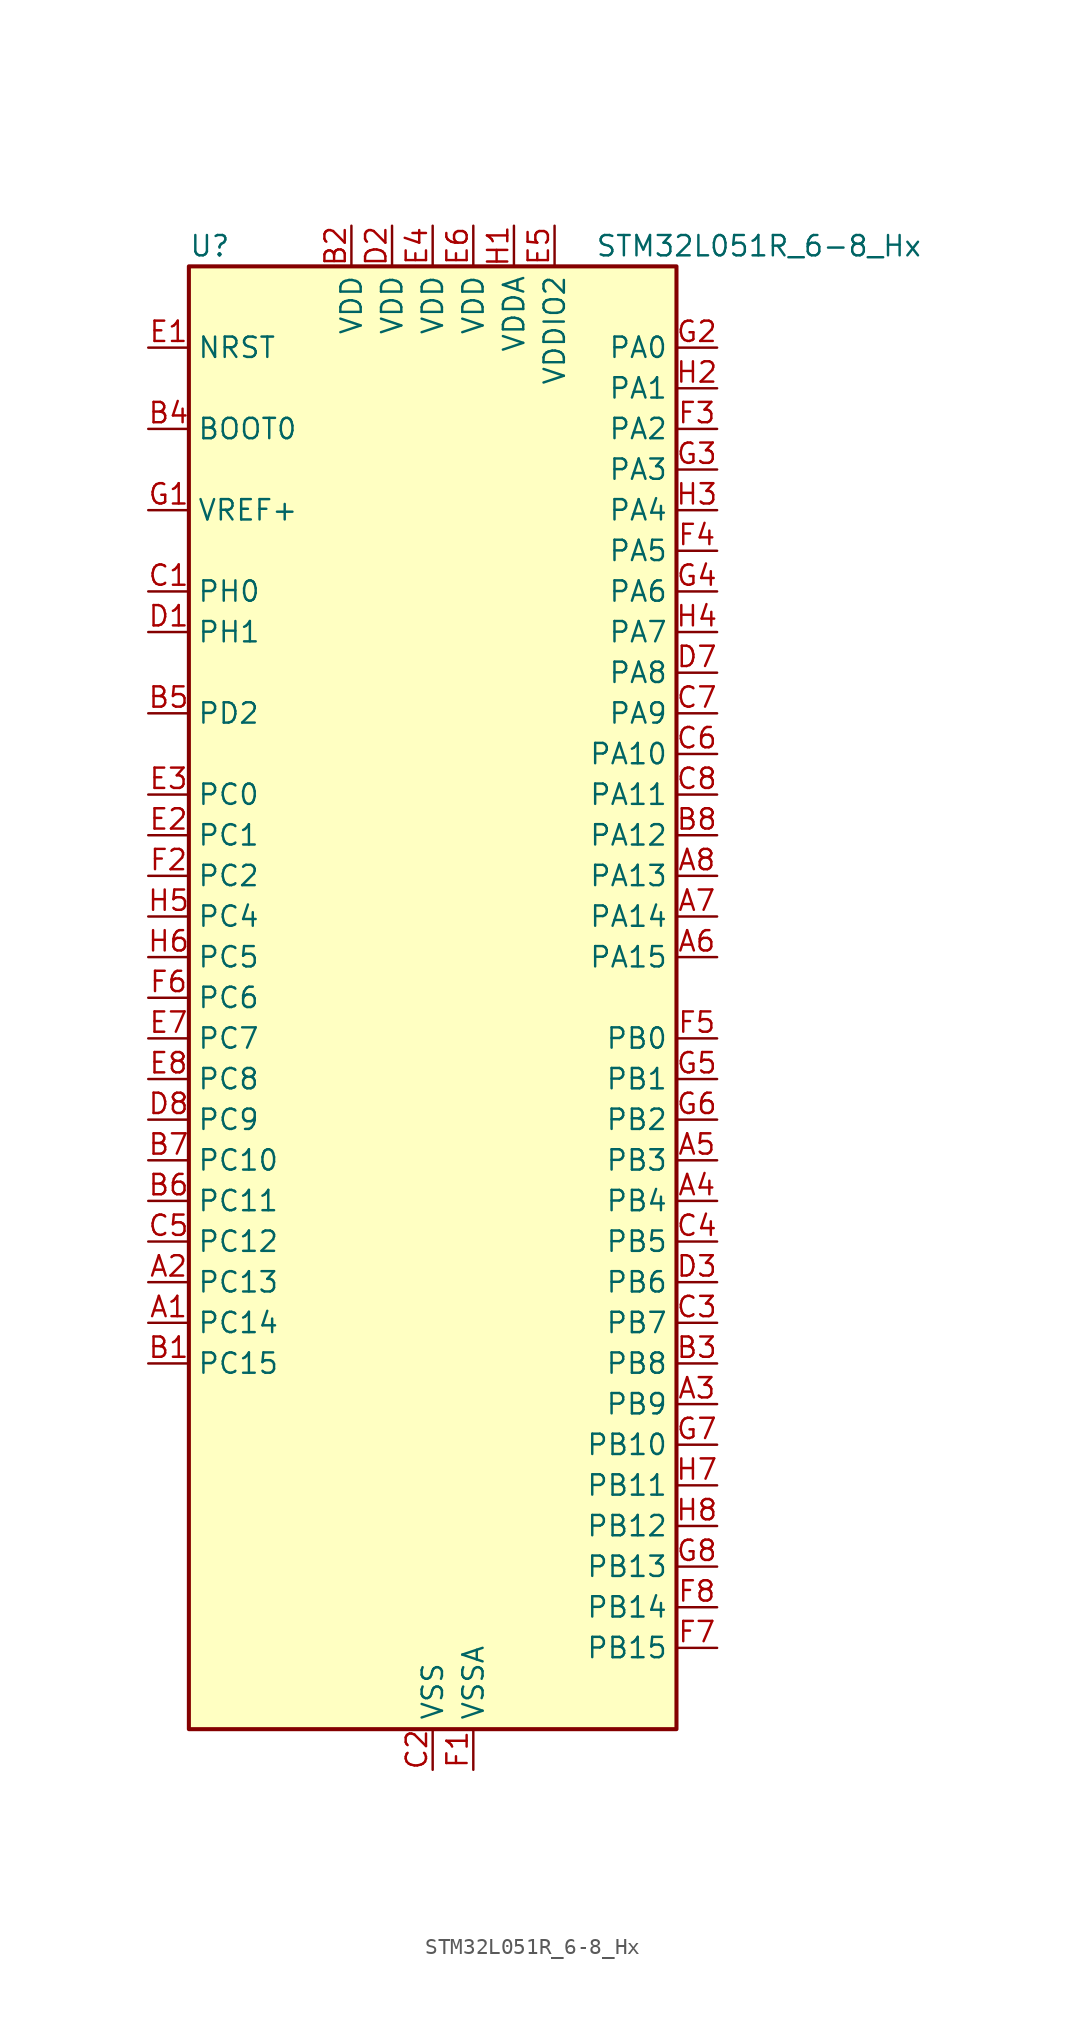
<source format=kicad_sym>
(kicad_symbol_lib
  (version 20241209)
  (generator "kicad_symbol_editor")
  (generator_version "9.0")
  (symbol "STM32L051R_6-8_Hx"
    (property "Reference" "U"
      (at -15.24 46.99 0)
      (effects (font (size 1.27 1.27)) (justify left)))
    (property "Value" "STM32L051R_6-8_Hx"
      (at 10.16 46.99 0)
      (effects (font (size 1.27 1.27)) (justify left)))
    (symbol "STM32L051R_6-8_Hx_0_1"
      (rectangle (start -15.24 -45.72) (end 15.24 45.72) (stroke (width 0.254) (type default)) (fill (type background))))
    (symbol "STM32L051R_6-8_Hx_1_1"
      (pin input line (at -17.78 40.64 0) (length 2.54) (name "NRST" (effects (font (size 1.27 1.27)))) (number "E1" (effects (font (size 1.27 1.27)))))
      (pin input line (at -17.78 35.56 0) (length 2.54) (name "BOOT0" (effects (font (size 1.27 1.27)))) (number "B4" (effects (font (size 1.27 1.27)))))
      (pin input line (at -17.78 30.48 0) (length 2.54) (name "VREF+" (effects (font (size 1.27 1.27)))) (number "G1" (effects (font (size 1.27 1.27)))))
      (pin bidirectional line (at -17.78 25.4 0) (length 2.54) (name "PH0" (effects (font (size 1.27 1.27)))) (number "C1" (effects (font (size 1.27 1.27)))) (alternate "RCC_OSC_IN" bidirectional line))
      (pin bidirectional line (at -17.78 22.86 0) (length 2.54) (name "PH1" (effects (font (size 1.27 1.27)))) (number "D1" (effects (font (size 1.27 1.27)))) (alternate "RCC_OSC_OUT" bidirectional line))
      (pin bidirectional line (at -17.78 17.78 0) (length 2.54) (name "PD2" (effects (font (size 1.27 1.27)))) (number "B5" (effects (font (size 1.27 1.27)))) (alternate "LPUART1_DE" bidirectional line) (alternate "LPUART1_RTS" bidirectional line))
      (pin bidirectional line (at -17.78 12.7 0) (length 2.54) (name "PC0" (effects (font (size 1.27 1.27)))) (number "E3" (effects (font (size 1.27 1.27)))) (alternate "ADC_IN10" bidirectional line) (alternate "LPTIM1_IN1" bidirectional line))
      (pin bidirectional line (at -17.78 10.16 0) (length 2.54) (name "PC1" (effects (font (size 1.27 1.27)))) (number "E2" (effects (font (size 1.27 1.27)))) (alternate "ADC_IN11" bidirectional line) (alternate "LPTIM1_OUT" bidirectional line))
      (pin bidirectional line (at -17.78 7.62 0) (length 2.54) (name "PC2" (effects (font (size 1.27 1.27)))) (number "F2" (effects (font (size 1.27 1.27)))) (alternate "ADC_IN12" bidirectional line) (alternate "I2S2_MCK" bidirectional line) (alternate "LPTIM1_IN2" bidirectional line) (alternate "SPI2_MISO" bidirectional line))
      (pin bidirectional line (at -17.78 5.08 0) (length 2.54) (name "PC4" (effects (font (size 1.27 1.27)))) (number "H5" (effects (font (size 1.27 1.27)))) (alternate "ADC_IN14" bidirectional line) (alternate "LPUART1_TX" bidirectional line))
      (pin bidirectional line (at -17.78 2.54 0) (length 2.54) (name "PC5" (effects (font (size 1.27 1.27)))) (number "H6" (effects (font (size 1.27 1.27)))) (alternate "ADC_IN15" bidirectional line) (alternate "LPUART1_RX" bidirectional line))
      (pin bidirectional line (at -17.78 0 0) (length 2.54) (name "PC6" (effects (font (size 1.27 1.27)))) (number "F6" (effects (font (size 1.27 1.27)))) (alternate "TIM22_CH1" bidirectional line))
      (pin bidirectional line (at -17.78 -2.54 0) (length 2.54) (name "PC7" (effects (font (size 1.27 1.27)))) (number "E7" (effects (font (size 1.27 1.27)))) (alternate "TIM22_CH2" bidirectional line))
      (pin bidirectional line (at -17.78 -5.08 0) (length 2.54) (name "PC8" (effects (font (size 1.27 1.27)))) (number "E8" (effects (font (size 1.27 1.27)))) (alternate "TIM22_ETR" bidirectional line))
      (pin bidirectional line (at -17.78 -7.62 0) (length 2.54) (name "PC9" (effects (font (size 1.27 1.27)))) (number "D8" (effects (font (size 1.27 1.27)))) (alternate "TIM21_ETR" bidirectional line))
      (pin bidirectional line (at -17.78 -10.16 0) (length 2.54) (name "PC10" (effects (font (size 1.27 1.27)))) (number "B7" (effects (font (size 1.27 1.27)))) (alternate "LPUART1_TX" bidirectional line))
      (pin bidirectional line (at -17.78 -12.7 0) (length 2.54) (name "PC11" (effects (font (size 1.27 1.27)))) (number "B6" (effects (font (size 1.27 1.27)))) (alternate "ADC_EXTI11" bidirectional line) (alternate "LPUART1_RX" bidirectional line))
      (pin bidirectional line (at -17.78 -15.24 0) (length 2.54) (name "PC12" (effects (font (size 1.27 1.27)))) (number "C5" (effects (font (size 1.27 1.27)))))
      (pin bidirectional line (at -17.78 -17.78 0) (length 2.54) (name "PC13" (effects (font (size 1.27 1.27)))) (number "A2" (effects (font (size 1.27 1.27)))) (alternate "RTC_OUT_ALARM" bidirectional line) (alternate "RTC_OUT_CALIB" bidirectional line) (alternate "RTC_TAMP1" bidirectional line) (alternate "RTC_TS" bidirectional line) (alternate "SYS_WKUP2" bidirectional line))
      (pin bidirectional line (at -17.78 -20.32 0) (length 2.54) (name "PC14" (effects (font (size 1.27 1.27)))) (number "A1" (effects (font (size 1.27 1.27)))) (alternate "RCC_OSC32_IN" bidirectional line))
      (pin bidirectional line (at -17.78 -22.86 0) (length 2.54) (name "PC15" (effects (font (size 1.27 1.27)))) (number "B1" (effects (font (size 1.27 1.27)))) (alternate "RCC_OSC32_OUT" bidirectional line))
      (pin power_in line (at -5.08 48.26 270) (length 2.54) (name "VDD" (effects (font (size 1.27 1.27)))) (number "B2" (effects (font (size 1.27 1.27)))))
      (pin power_in line (at -2.54 48.26 270) (length 2.54) (name "VDD" (effects (font (size 1.27 1.27)))) (number "D2" (effects (font (size 1.27 1.27)))))
      (pin power_in line (at 0 48.26 270) (length 2.54) (name "VDD" (effects (font (size 1.27 1.27)))) (number "E4" (effects (font (size 1.27 1.27)))))
      (pin power_in line (at 0 -48.26 90) (length 2.54) (name "VSS" (effects (font (size 1.27 1.27)))) (number "C2" (effects (font (size 1.27 1.27)))))
      (pin passive line (at 0 -48.26 90) (length 2.54) (hide yes) (name "VSS" (effects (font (size 1.27 1.27)))) (number "D4" (effects (font (size 1.27 1.27)))))
      (pin passive line (at 0 -48.26 90) (length 2.54) (hide yes) (name "VSS" (effects (font (size 1.27 1.27)))) (number "D5" (effects (font (size 1.27 1.27)))))
      (pin passive line (at 0 -48.26 90) (length 2.54) (hide yes) (name "VSS" (effects (font (size 1.27 1.27)))) (number "D6" (effects (font (size 1.27 1.27)))))
      (pin power_in line (at 2.54 48.26 270) (length 2.54) (name "VDD" (effects (font (size 1.27 1.27)))) (number "E6" (effects (font (size 1.27 1.27)))))
      (pin power_in line (at 2.54 -48.26 90) (length 2.54) (name "VSSA" (effects (font (size 1.27 1.27)))) (number "F1" (effects (font (size 1.27 1.27)))))
      (pin power_in line (at 5.08 48.26 270) (length 2.54) (name "VDDA" (effects (font (size 1.27 1.27)))) (number "H1" (effects (font (size 1.27 1.27)))))
      (pin power_in line (at 7.62 48.26 270) (length 2.54) (name "VDDIO2" (effects (font (size 1.27 1.27)))) (number "E5" (effects (font (size 1.27 1.27)))))
      (pin bidirectional line (at 17.78 40.64 180) (length 2.54) (name "PA0" (effects (font (size 1.27 1.27)))) (number "G2" (effects (font (size 1.27 1.27)))) (alternate "ADC_IN0" bidirectional line) (alternate "COMP1_INM" bidirectional line) (alternate "COMP1_OUT" bidirectional line) (alternate "RTC_TAMP2" bidirectional line) (alternate "SYS_WKUP1" bidirectional line) (alternate "TIM2_CH1" bidirectional line) (alternate "TIM2_ETR" bidirectional line) (alternate "USART2_CTS" bidirectional line))
      (pin bidirectional line (at 17.78 38.1 180) (length 2.54) (name "PA1" (effects (font (size 1.27 1.27)))) (number "H2" (effects (font (size 1.27 1.27)))) (alternate "ADC_IN1" bidirectional line) (alternate "COMP1_INP" bidirectional line) (alternate "TIM21_ETR" bidirectional line) (alternate "TIM2_CH2" bidirectional line) (alternate "USART2_DE" bidirectional line) (alternate "USART2_RTS" bidirectional line))
      (pin bidirectional line (at 17.78 35.56 180) (length 2.54) (name "PA2" (effects (font (size 1.27 1.27)))) (number "F3" (effects (font (size 1.27 1.27)))) (alternate "ADC_IN2" bidirectional line) (alternate "COMP2_INM" bidirectional line) (alternate "COMP2_OUT" bidirectional line) (alternate "TIM21_CH1" bidirectional line) (alternate "TIM2_CH3" bidirectional line) (alternate "USART2_TX" bidirectional line))
      (pin bidirectional line (at 17.78 33.02 180) (length 2.54) (name "PA3" (effects (font (size 1.27 1.27)))) (number "G3" (effects (font (size 1.27 1.27)))) (alternate "ADC_IN3" bidirectional line) (alternate "COMP2_INP" bidirectional line) (alternate "TIM21_CH2" bidirectional line) (alternate "TIM2_CH4" bidirectional line) (alternate "USART2_RX" bidirectional line))
      (pin bidirectional line (at 17.78 30.48 180) (length 2.54) (name "PA4" (effects (font (size 1.27 1.27)))) (number "H3" (effects (font (size 1.27 1.27)))) (alternate "ADC_IN4" bidirectional line) (alternate "COMP1_INM" bidirectional line) (alternate "COMP2_INM" bidirectional line) (alternate "SPI1_NSS" bidirectional line) (alternate "TIM22_ETR" bidirectional line) (alternate "USART2_CK" bidirectional line))
      (pin bidirectional line (at 17.78 27.94 180) (length 2.54) (name "PA5" (effects (font (size 1.27 1.27)))) (number "F4" (effects (font (size 1.27 1.27)))) (alternate "ADC_IN5" bidirectional line) (alternate "COMP1_INM" bidirectional line) (alternate "COMP2_INM" bidirectional line) (alternate "SPI1_SCK" bidirectional line) (alternate "TIM2_CH1" bidirectional line) (alternate "TIM2_ETR" bidirectional line))
      (pin bidirectional line (at 17.78 25.4 180) (length 2.54) (name "PA6" (effects (font (size 1.27 1.27)))) (number "G4" (effects (font (size 1.27 1.27)))) (alternate "ADC_IN6" bidirectional line) (alternate "COMP1_OUT" bidirectional line) (alternate "LPUART1_CTS" bidirectional line) (alternate "SPI1_MISO" bidirectional line) (alternate "TIM22_CH1" bidirectional line))
      (pin bidirectional line (at 17.78 22.86 180) (length 2.54) (name "PA7" (effects (font (size 1.27 1.27)))) (number "H4" (effects (font (size 1.27 1.27)))) (alternate "ADC_IN7" bidirectional line) (alternate "COMP2_OUT" bidirectional line) (alternate "SPI1_MOSI" bidirectional line) (alternate "TIM22_CH2" bidirectional line))
      (pin bidirectional line (at 17.78 20.32 180) (length 2.54) (name "PA8" (effects (font (size 1.27 1.27)))) (number "D7" (effects (font (size 1.27 1.27)))) (alternate "RCC_MCO" bidirectional line) (alternate "USART1_CK" bidirectional line))
      (pin bidirectional line (at 17.78 17.78 180) (length 2.54) (name "PA9" (effects (font (size 1.27 1.27)))) (number "C7" (effects (font (size 1.27 1.27)))) (alternate "RCC_MCO" bidirectional line) (alternate "USART1_TX" bidirectional line))
      (pin bidirectional line (at 17.78 15.24 180) (length 2.54) (name "PA10" (effects (font (size 1.27 1.27)))) (number "C6" (effects (font (size 1.27 1.27)))) (alternate "USART1_RX" bidirectional line))
      (pin bidirectional line (at 17.78 12.7 180) (length 2.54) (name "PA11" (effects (font (size 1.27 1.27)))) (number "C8" (effects (font (size 1.27 1.27)))) (alternate "ADC_EXTI11" bidirectional line) (alternate "COMP1_OUT" bidirectional line) (alternate "SPI1_MISO" bidirectional line) (alternate "USART1_CTS" bidirectional line))
      (pin bidirectional line (at 17.78 10.16 180) (length 2.54) (name "PA12" (effects (font (size 1.27 1.27)))) (number "B8" (effects (font (size 1.27 1.27)))) (alternate "COMP2_OUT" bidirectional line) (alternate "SPI1_MOSI" bidirectional line) (alternate "USART1_DE" bidirectional line) (alternate "USART1_RTS" bidirectional line))
      (pin bidirectional line (at 17.78 7.62 180) (length 2.54) (name "PA13" (effects (font (size 1.27 1.27)))) (number "A8" (effects (font (size 1.27 1.27)))) (alternate "SYS_SWDIO" bidirectional line))
      (pin bidirectional line (at 17.78 5.08 180) (length 2.54) (name "PA14" (effects (font (size 1.27 1.27)))) (number "A7" (effects (font (size 1.27 1.27)))) (alternate "SYS_SWCLK" bidirectional line) (alternate "USART2_TX" bidirectional line))
      (pin bidirectional line (at 17.78 2.54 180) (length 2.54) (name "PA15" (effects (font (size 1.27 1.27)))) (number "A6" (effects (font (size 1.27 1.27)))) (alternate "SPI1_NSS" bidirectional line) (alternate "TIM2_CH1" bidirectional line) (alternate "TIM2_ETR" bidirectional line) (alternate "USART2_RX" bidirectional line))
      (pin bidirectional line (at 17.78 -2.54 180) (length 2.54) (name "PB0" (effects (font (size 1.27 1.27)))) (number "F5" (effects (font (size 1.27 1.27)))) (alternate "ADC_IN8" bidirectional line) (alternate "SYS_VREF_OUT_PB0" bidirectional line))
      (pin bidirectional line (at 17.78 -5.08 180) (length 2.54) (name "PB1" (effects (font (size 1.27 1.27)))) (number "G5" (effects (font (size 1.27 1.27)))) (alternate "ADC_IN9" bidirectional line) (alternate "LPUART1_DE" bidirectional line) (alternate "LPUART1_RTS" bidirectional line) (alternate "SYS_VREF_OUT_PB1" bidirectional line))
      (pin bidirectional line (at 17.78 -7.62 180) (length 2.54) (name "PB2" (effects (font (size 1.27 1.27)))) (number "G6" (effects (font (size 1.27 1.27)))) (alternate "LPTIM1_OUT" bidirectional line))
      (pin bidirectional line (at 17.78 -10.16 180) (length 2.54) (name "PB3" (effects (font (size 1.27 1.27)))) (number "A5" (effects (font (size 1.27 1.27)))) (alternate "COMP2_INM" bidirectional line) (alternate "SPI1_SCK" bidirectional line) (alternate "TIM2_CH2" bidirectional line))
      (pin bidirectional line (at 17.78 -12.7 180) (length 2.54) (name "PB4" (effects (font (size 1.27 1.27)))) (number "A4" (effects (font (size 1.27 1.27)))) (alternate "COMP2_INP" bidirectional line) (alternate "SPI1_MISO" bidirectional line) (alternate "TIM22_CH1" bidirectional line))
      (pin bidirectional line (at 17.78 -15.24 180) (length 2.54) (name "PB5" (effects (font (size 1.27 1.27)))) (number "C4" (effects (font (size 1.27 1.27)))) (alternate "COMP2_INP" bidirectional line) (alternate "I2C1_SMBA" bidirectional line) (alternate "LPTIM1_IN1" bidirectional line) (alternate "SPI1_MOSI" bidirectional line) (alternate "TIM22_CH2" bidirectional line))
      (pin bidirectional line (at 17.78 -17.78 180) (length 2.54) (name "PB6" (effects (font (size 1.27 1.27)))) (number "D3" (effects (font (size 1.27 1.27)))) (alternate "COMP2_INP" bidirectional line) (alternate "I2C1_SCL" bidirectional line) (alternate "LPTIM1_ETR" bidirectional line) (alternate "USART1_TX" bidirectional line))
      (pin bidirectional line (at 17.78 -20.32 180) (length 2.54) (name "PB7" (effects (font (size 1.27 1.27)))) (number "C3" (effects (font (size 1.27 1.27)))) (alternate "COMP2_INP" bidirectional line) (alternate "I2C1_SDA" bidirectional line) (alternate "LPTIM1_IN2" bidirectional line) (alternate "SYS_PVD_IN" bidirectional line) (alternate "USART1_RX" bidirectional line))
      (pin bidirectional line (at 17.78 -22.86 180) (length 2.54) (name "PB8" (effects (font (size 1.27 1.27)))) (number "B3" (effects (font (size 1.27 1.27)))) (alternate "I2C1_SCL" bidirectional line))
      (pin bidirectional line (at 17.78 -25.4 180) (length 2.54) (name "PB9" (effects (font (size 1.27 1.27)))) (number "A3" (effects (font (size 1.27 1.27)))) (alternate "I2C1_SDA" bidirectional line) (alternate "I2S2_WS" bidirectional line) (alternate "SPI2_NSS" bidirectional line))
      (pin bidirectional line (at 17.78 -27.94 180) (length 2.54) (name "PB10" (effects (font (size 1.27 1.27)))) (number "G7" (effects (font (size 1.27 1.27)))) (alternate "I2C2_SCL" bidirectional line) (alternate "LPUART1_TX" bidirectional line) (alternate "SPI2_SCK" bidirectional line) (alternate "TIM2_CH3" bidirectional line))
      (pin bidirectional line (at 17.78 -30.48 180) (length 2.54) (name "PB11" (effects (font (size 1.27 1.27)))) (number "H7" (effects (font (size 1.27 1.27)))) (alternate "ADC_EXTI11" bidirectional line) (alternate "I2C2_SDA" bidirectional line) (alternate "LPUART1_RX" bidirectional line) (alternate "TIM2_CH4" bidirectional line))
      (pin bidirectional line (at 17.78 -33.02 180) (length 2.54) (name "PB12" (effects (font (size 1.27 1.27)))) (number "H8" (effects (font (size 1.27 1.27)))) (alternate "I2S2_WS" bidirectional line) (alternate "LPUART1_DE" bidirectional line) (alternate "LPUART1_RTS" bidirectional line) (alternate "SPI2_NSS" bidirectional line))
      (pin bidirectional line (at 17.78 -35.56 180) (length 2.54) (name "PB13" (effects (font (size 1.27 1.27)))) (number "G8" (effects (font (size 1.27 1.27)))) (alternate "I2C2_SCL" bidirectional line) (alternate "I2S2_CK" bidirectional line) (alternate "LPUART1_CTS" bidirectional line) (alternate "SPI2_SCK" bidirectional line) (alternate "TIM21_CH1" bidirectional line))
      (pin bidirectional line (at 17.78 -38.1 180) (length 2.54) (name "PB14" (effects (font (size 1.27 1.27)))) (number "F8" (effects (font (size 1.27 1.27)))) (alternate "I2C2_SDA" bidirectional line) (alternate "I2S2_MCK" bidirectional line) (alternate "LPUART1_DE" bidirectional line) (alternate "LPUART1_RTS" bidirectional line) (alternate "RTC_OUT_ALARM" bidirectional line) (alternate "RTC_OUT_CALIB" bidirectional line) (alternate "SPI2_MISO" bidirectional line) (alternate "TIM21_CH2" bidirectional line))
      (pin bidirectional line (at 17.78 -40.64 180) (length 2.54) (name "PB15" (effects (font (size 1.27 1.27)))) (number "F7" (effects (font (size 1.27 1.27)))) (alternate "I2S2_SD" bidirectional line) (alternate "RTC_REFIN" bidirectional line) (alternate "SPI2_MOSI" bidirectional line)))))
</source>
